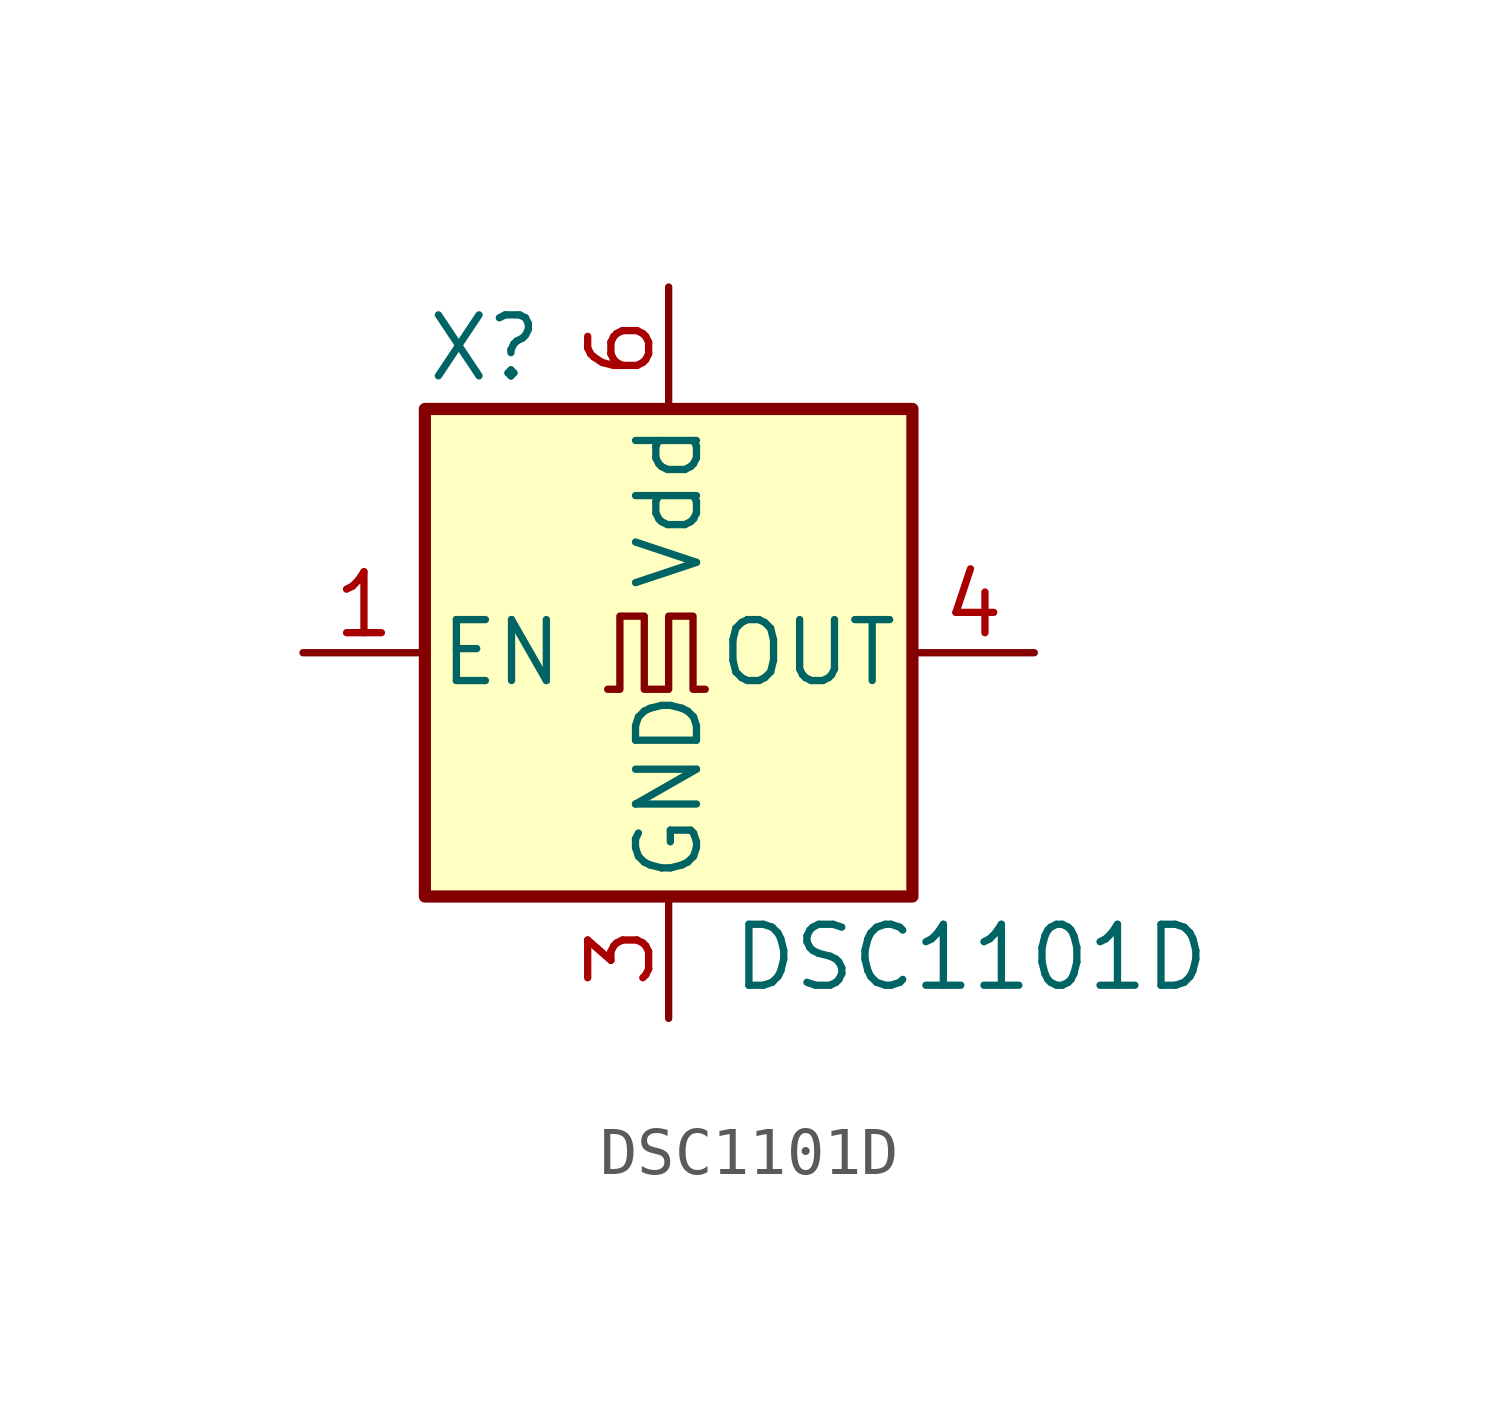
<source format=kicad_sym>
(kicad_symbol_lib
  (version 20211014)
  (generator kicad_symbol_editor)
  (symbol "DSC1101D"
    (pin_names
      (offset 0.254))
    (property "Reference" "X"
      (at -5.08 6.35 0)
      (effects (font (size 1.27 1.27)) (justify left)))
    (property "Value" "DSC1101D"
      (at 1.27 -6.35 0)
      (effects (font (size 1.27 1.27)) (justify left)))
    (symbol "DSC1101D_0_1"
      (rectangle (start -5.08 5.08) (end 5.08 -5.08) (stroke (width 0.254) (type default) (color 0 0 0 0)) (fill (type background)))
      (polyline (pts (xy -1.27 -0.762) (xy -1.016 -0.762) (xy -1.016 0.762) (xy -0.508 0.762) (xy -0.508 -0.762) (xy 0 -0.762) (xy 0 0.762) (xy 0.508 0.762) (xy 0.508 -0.762) (xy 0.762 -0.762)) (stroke (width 0) (type default) (color 0 0 0 0)) (fill (type none))))
    (symbol "DSC1101D_1_1"
      (pin input line (at -7.62 0 0) (length 2.54) (name "EN" (effects (font (size 1.27 1.27)))) (number "1" (effects (font (size 1.27 1.27)))))
      (pin no_connect line (at -5.08 -2.54 0) (length 2.54) hide (name "NC" (effects (font (size 1.27 1.27)))) (number "2" (effects (font (size 1.27 1.27)))))
      (pin power_in line (at 0 -7.62 90) (length 2.54) (name "GND" (effects (font (size 1.27 1.27)))) (number "3" (effects (font (size 1.27 1.27)))))
      (pin output line (at 7.62 0 180) (length 2.54) (name "OUT" (effects (font (size 1.27 1.27)))) (number "4" (effects (font (size 1.27 1.27)))))
      (pin no_connect line (at 5.08 2.54 180) (length 2.54) hide (name "NC" (effects (font (size 1.27 1.27)))) (number "5" (effects (font (size 1.27 1.27)))))
      (pin power_in line (at 0 7.62 270) (length 2.54) (name "Vdd" (effects (font (size 1.27 1.27)))) (number "6" (effects (font (size 1.27 1.27))))))))
</source>
